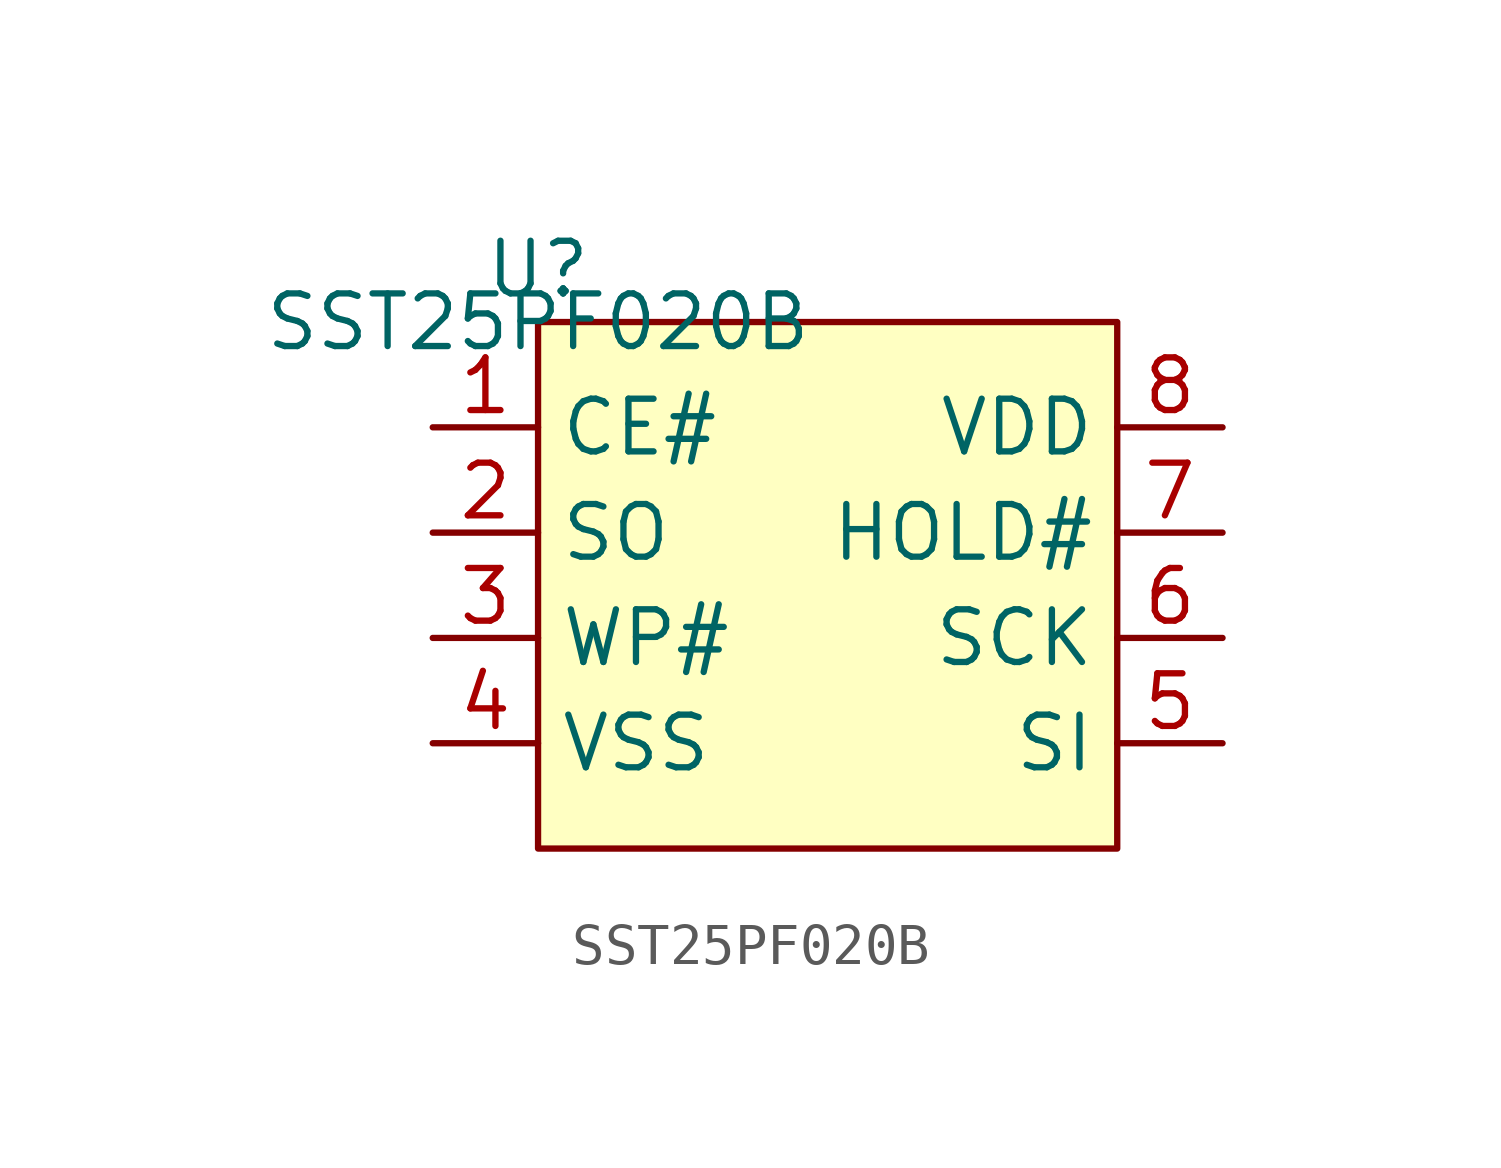
<source format=kicad_sym>
(kicad_symbol_lib
  (version 20220914)
  (generator kicad_symbol_editor)
  (symbol "SST25PF020B"
    (property "Reference" "U"
      (at 0 1.27 0)
      (effects (font (size 1.27 1.27))))
    (property "Value" "SST25PF020B"
      (at 0 0 0)
      (effects (font (size 1.27 1.27))))
    (symbol "SST25PF020B_1_1"
      (rectangle (start 0 0) (end 13.97 -12.7) (stroke (width 0) (type default)) (fill (type background)))
      (pin input line (at -2.54 -2.54 0) (length 2.54) (name "CE#" (effects (font (size 1.27 1.27)))) (number "1" (effects (font (size 1.27 1.27)))))
      (pin output line (at -2.54 -5.08 0) (length 2.54) (name "SO" (effects (font (size 1.27 1.27)))) (number "2" (effects (font (size 1.27 1.27)))))
      (pin bidirectional line (at -2.54 -7.62 0) (length 2.54) (name "WP#" (effects (font (size 1.27 1.27)))) (number "3" (effects (font (size 1.27 1.27)))))
      (pin power_in line (at -2.54 -10.16 0) (length 2.54) (name "VSS" (effects (font (size 1.27 1.27)))) (number "4" (effects (font (size 1.27 1.27)))))
      (pin input line (at 16.51 -10.16 180) (length 2.54) (name "SI" (effects (font (size 1.27 1.27)))) (number "5" (effects (font (size 1.27 1.27)))))
      (pin input line (at 16.51 -7.62 180) (length 2.54) (name "SCK" (effects (font (size 1.27 1.27)))) (number "6" (effects (font (size 1.27 1.27)))))
      (pin input line (at 16.51 -5.08 180) (length 2.54) (name "HOLD#" (effects (font (size 1.27 1.27)))) (number "7" (effects (font (size 1.27 1.27)))))
      (pin power_in line (at 16.51 -2.54 180) (length 2.54) (name "VDD" (effects (font (size 1.27 1.27)))) (number "8" (effects (font (size 1.27 1.27))))))))
</source>
